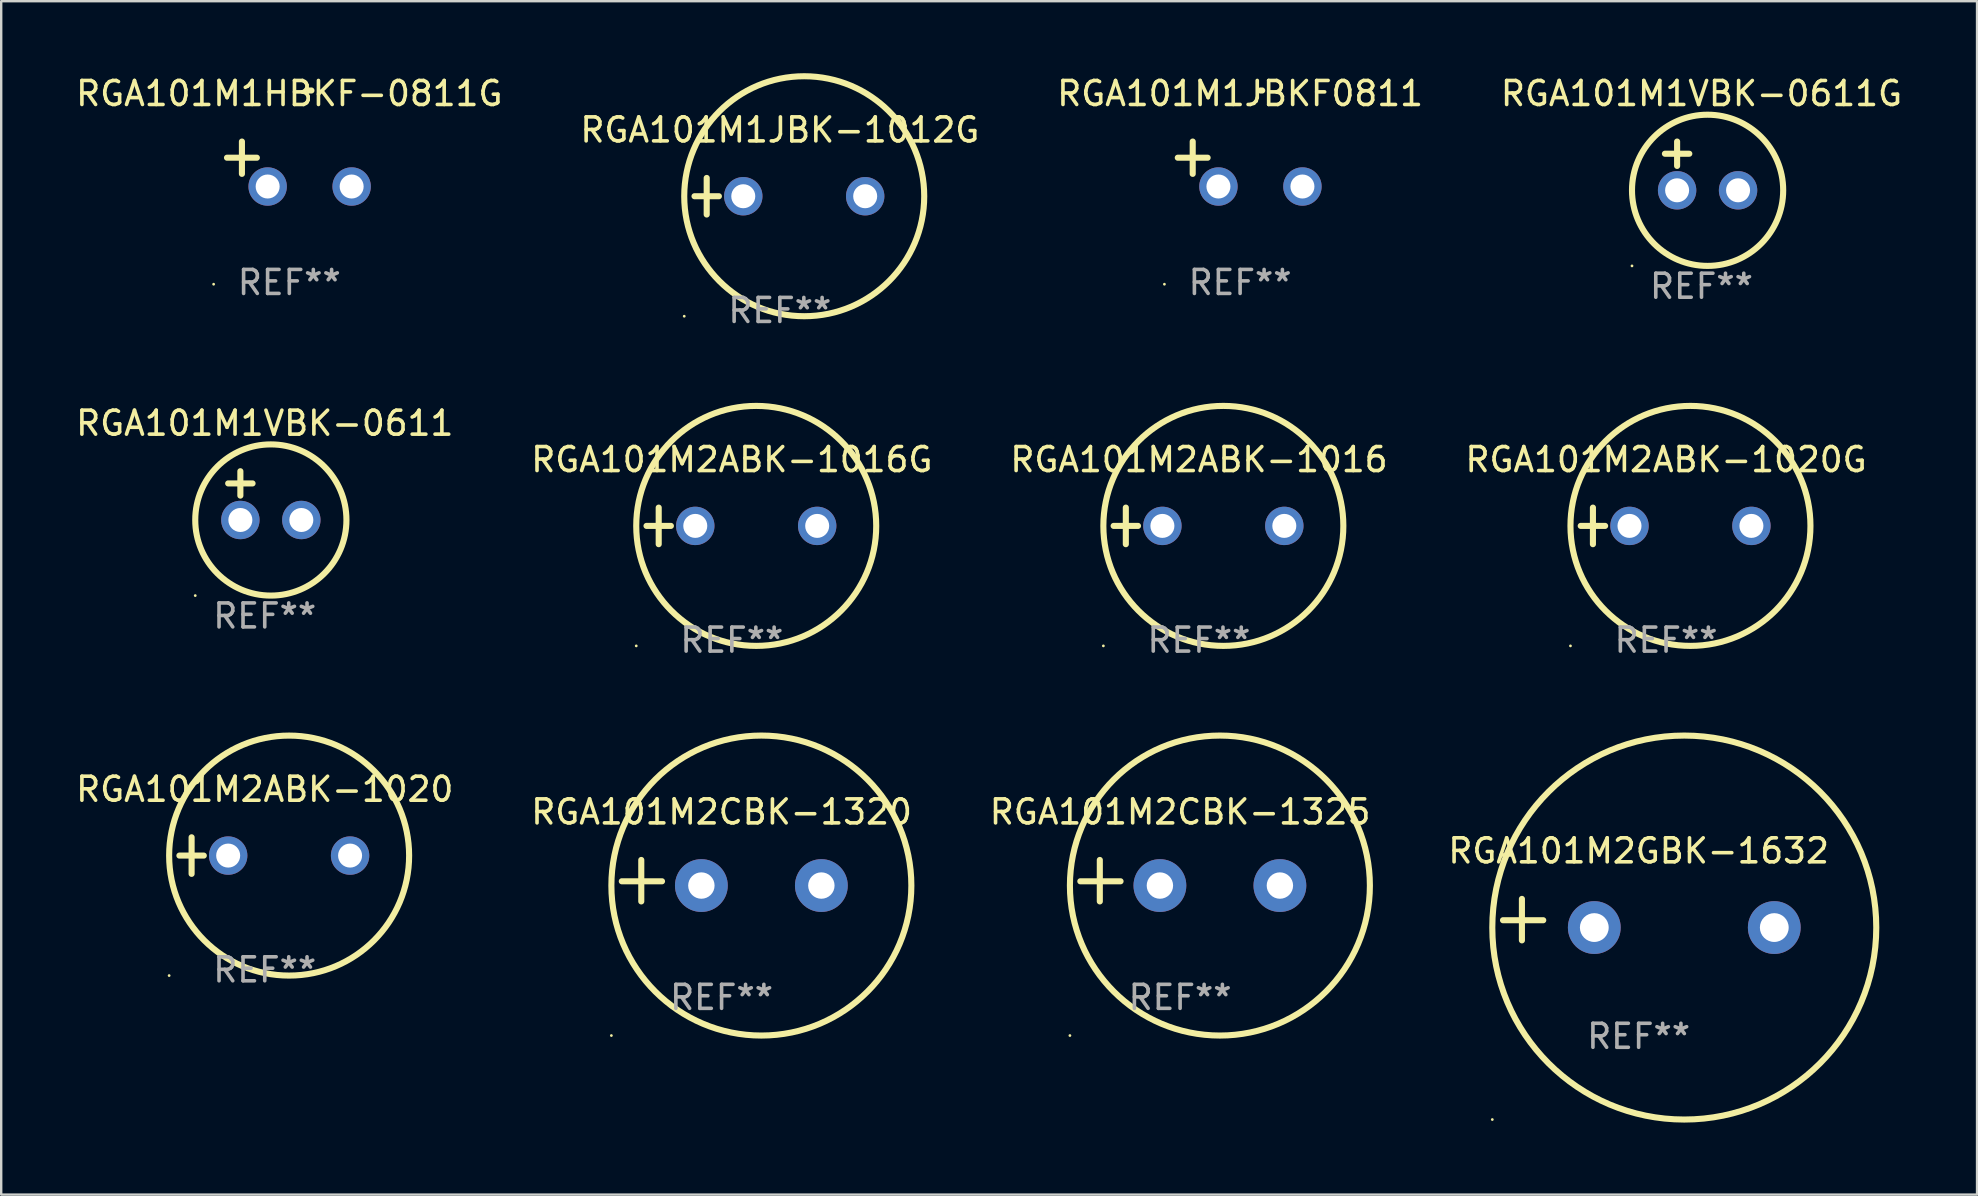
<source format=kicad_pcb>
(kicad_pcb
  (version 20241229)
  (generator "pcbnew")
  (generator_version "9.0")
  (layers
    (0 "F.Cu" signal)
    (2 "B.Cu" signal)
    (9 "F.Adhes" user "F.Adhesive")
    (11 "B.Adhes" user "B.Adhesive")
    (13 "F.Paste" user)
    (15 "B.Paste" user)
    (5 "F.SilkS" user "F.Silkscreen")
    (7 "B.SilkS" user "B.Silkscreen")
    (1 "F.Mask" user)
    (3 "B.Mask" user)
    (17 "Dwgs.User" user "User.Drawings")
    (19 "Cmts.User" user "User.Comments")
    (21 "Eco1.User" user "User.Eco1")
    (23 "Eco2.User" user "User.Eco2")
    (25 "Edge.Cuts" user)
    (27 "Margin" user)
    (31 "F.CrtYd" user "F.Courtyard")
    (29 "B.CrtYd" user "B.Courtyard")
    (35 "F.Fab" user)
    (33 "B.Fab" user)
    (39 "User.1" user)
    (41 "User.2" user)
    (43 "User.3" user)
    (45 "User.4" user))
  (footprint "RGA101M1JBK-1012G"
    (layer "F.Cu")
    (at 29.446 5.127)
    (property "Reference" "RGA101M1JBK-1012G" (at 0 -2.762 0) (layer "F.SilkS") (effects (font (size 1 1) (thickness 0.15))))
    (attr through_hole)
    (fp_line (start -3.556 0) (end -2.54 0) (stroke (width 0.254) (type solid)) (layer "F.SilkS"))
    (fp_line (start -3.048 -0.762) (end -3.048 0.762) (stroke (width 0.254) (type solid)) (layer "F.SilkS"))
    (fp_circle (center -3.984 5) (end -3.954 5) (stroke (width 0.06) (type solid)) (fill no) (layer "F.SilkS"))
    (fp_circle (center 1.016 0) (end 6.016 0) (stroke (width 0.254) (type solid)) (fill no) (layer "F.SilkS"))
    (fp_text user "REF**" (at 0 4.762 0) (layer "F.Fab") (effects (font (size 1 1) (thickness 0.15))))
    (pad "1" thru_hole circle (at -1.524 0) (size 1.6 1.6) (drill 1) (layers "*.Cu" "*.Mask"))
    (pad "2" thru_hole circle (at 3.556 0) (size 1.6 1.6) (drill 1) (layers "*.Cu" "*.Mask")))
  (footprint "RGA101M1VBK-0611"
    (layer "F.Cu")
    (at 7.982 17.602)
    (property "Reference" "RGA101M1VBK-0611" (at 0 -3.016 0) (layer "F.SilkS") (effects (font (size 1 1) (thickness 0.15))))
    (attr through_hole)
    (fp_line (start -1.524 -0.508) (end -0.508 -0.508) (stroke (width 0.254) (type solid)) (layer "F.SilkS"))
    (fp_line (start -1.016 -1.016) (end -1.016 0) (stroke (width 0.254) (type solid)) (layer "F.SilkS"))
    (fp_circle (center -2.896 4.166) (end -2.866 4.166) (stroke (width 0.06) (type solid)) (fill no) (layer "F.SilkS"))
    (fp_circle (center 0.254 1.016) (end 3.404 1.016) (stroke (width 0.254) (type solid)) (fill no) (layer "F.SilkS"))
    (fp_text user "REF**" (at 0 5.016 0) (layer "F.Fab") (effects (font (size 1 1) (thickness 0.15))))
    (pad "1" thru_hole circle (at -1.016 1.016) (size 1.6 1.6) (drill 1) (layers "*.Cu" "*.Mask"))
    (pad "2" thru_hole circle (at 1.524 1.016) (size 1.6 1.6) (drill 1) (layers "*.Cu" "*.Mask")))
  (footprint "RGA101M2CBK-1320"
    (layer "F.Cu")
    (at 27.018 33.648)
    (property "Reference" "RGA101M2CBK-1320" (at 0 -2.864 0) (layer "F.SilkS") (effects (font (size 1 1) (thickness 0.15))))
    (attr through_hole)
    (fp_line (start -3.346 0.864) (end -3.346 -0.864) (stroke (width 0.254) (type solid)) (layer "F.SilkS"))
    (fp_line (start -2.482 0.025) (end -4.158 0.025) (stroke (width 0.254) (type solid)) (layer "F.SilkS"))
    (fp_circle (center -4.592 6.453) (end -4.562 6.453) (stroke (width 0.06) (type solid)) (fill no) (layer "F.SilkS"))
    (fp_circle (center 1.658 0.203) (end 7.908 0.203) (stroke (width 0.254) (type solid)) (fill no) (layer "F.SilkS"))
    (fp_text user "REF**" (at 0 4.864 0) (layer "F.Fab") (effects (font (size 1 1) (thickness 0.15))))
    (pad "1" thru_hole circle (at -0.842 0.203) (size 2.2 2.2) (drill 1.1) (layers "*.Cu" "*.Mask"))
    (pad "2" thru_hole circle (at 4.158 0.203) (size 2.2 2.2) (drill 1.1) (layers "*.Cu" "*.Mask")))
  (footprint "RGA101M2ABK-1016"
    (layer "F.Cu")
    (at 46.911 18.864)
    (property "Reference" "RGA101M2ABK-1016" (at 0 -2.762 0) (layer "F.SilkS") (effects (font (size 1 1) (thickness 0.15))))
    (attr through_hole)
    (fp_line (start -3.556 0) (end -2.54 0) (stroke (width 0.254) (type solid)) (layer "F.SilkS"))
    (fp_line (start -3.048 -0.762) (end -3.048 0.762) (stroke (width 0.254) (type solid)) (layer "F.SilkS"))
    (fp_circle (center -3.984 5) (end -3.954 5) (stroke (width 0.06) (type solid)) (fill no) (layer "F.SilkS"))
    (fp_circle (center 1.016 0) (end 6.016 0) (stroke (width 0.254) (type solid)) (fill no) (layer "F.SilkS"))
    (fp_text user "REF**" (at 0 4.762 0) (layer "F.Fab") (effects (font (size 1 1) (thickness 0.15))))
    (pad "1" thru_hole circle (at -1.524 0) (size 1.6 1.6) (drill 1) (layers "*.Cu" "*.Mask"))
    (pad "2" thru_hole circle (at 3.556 0) (size 1.6 1.6) (drill 1) (layers "*.Cu" "*.Mask")))
  (footprint "RGA101M2GBK-1632"
    (layer "F.Cu")
    (at 65.232 35.271)
    (property "Reference" "RGA101M2GBK-1632" (at 0 -2.864 0) (layer "F.SilkS") (effects (font (size 1 1) (thickness 0.15))))
    (attr through_hole)
    (fp_line (start -4.864 0.864) (end -4.864 -0.864) (stroke (width 0.254) (type solid)) (layer "F.SilkS"))
    (fp_line (start -3.975 0.025) (end -5.652 0.025) (stroke (width 0.254) (type solid)) (layer "F.SilkS"))
    (fp_circle (center -6.098 8.33) (end -6.068 8.33) (stroke (width 0.06) (type solid)) (fill no) (layer "F.SilkS"))
    (fp_circle (center 1.902 0.33) (end 9.902 0.33) (stroke (width 0.254) (type solid)) (fill no) (layer "F.SilkS"))
    (fp_text user "REF**" (at 0 4.864 0) (layer "F.Fab") (effects (font (size 1 1) (thickness 0.15))))
    (pad "1" thru_hole circle (at -1.848 0.33) (size 2.2 2.2) (drill 1.2) (layers "*.Cu" "*.Mask"))
    (pad "2" thru_hole circle (at 5.652 0.33) (size 2.2 2.2) (drill 1.2) (layers "*.Cu" "*.Mask")))
  (footprint "RGA101M1JBKF0811"
    (layer "F.Cu")
    (at 48.625 3.785)
    (property "Reference" "RGA101M1JBKF0811" (at 0 -2.937 0) (layer "F.SilkS") (effects (font (size 1 1) (thickness 0.15))))
    (attr through_hole)
    (fp_line (start -1.975 0.41) (end -1.975 -0.937) (stroke (width 0.254) (type solid)) (layer "F.SilkS"))
    (fp_line (start -1.353 -0.263) (end -2.597 -0.263) (stroke (width 0.254) (type solid)) (layer "F.SilkS"))
    (fp_arc (start 0.849809 -3.063957) (mid 0.885369 -3.064114) (end 0.920929 -3.063957) (stroke (width 0.254001) (type solid)) (layer "F.SilkS"))
    (fp_circle (center -3.154 5.008) (end -3.124 5.008) (stroke (width 0.06) (type solid)) (fill no) (layer "F.SilkS"))
    (fp_text user "REF**" (at 0 4.937 0) (layer "F.Fab") (effects (font (size 1 1) (thickness 0.15))))
    (pad "1" thru_hole circle (at -0.903 0.937) (size 1.6 1.6) (drill 1) (layers "*.Cu" "*.Mask"))
    (pad "2" thru_hole circle (at 2.597 0.937) (size 1.6 1.6) (drill 1) (layers "*.Cu" "*.Mask")))
  (footprint "RGA101M2CBK-1325"
    (layer "F.Cu")
    (at 46.125 33.648)
    (property "Reference" "RGA101M2CBK-1325" (at 0 -2.864 0) (layer "F.SilkS") (effects (font (size 1 1) (thickness 0.15))))
    (attr through_hole)
    (fp_line (start -3.346 0.864) (end -3.346 -0.864) (stroke (width 0.254) (type solid)) (layer "F.SilkS"))
    (fp_line (start -2.482 0.025) (end -4.158 0.025) (stroke (width 0.254) (type solid)) (layer "F.SilkS"))
    (fp_circle (center -4.592 6.453) (end -4.562 6.453) (stroke (width 0.06) (type solid)) (fill no) (layer "F.SilkS"))
    (fp_circle (center 1.658 0.203) (end 7.908 0.203) (stroke (width 0.254) (type solid)) (fill no) (layer "F.SilkS"))
    (fp_text user "REF**" (at 0 4.864 0) (layer "F.Fab") (effects (font (size 1 1) (thickness 0.15))))
    (pad "1" thru_hole circle (at -0.842 0.203) (size 2.2 2.2) (drill 1.1) (layers "*.Cu" "*.Mask"))
    (pad "2" thru_hole circle (at 4.158 0.203) (size 2.2 2.2) (drill 1.1) (layers "*.Cu" "*.Mask")))
  (footprint "RGA101M2ABK-1020"
    (layer "F.Cu")
    (at 7.982 32.602)
    (property "Reference" "RGA101M2ABK-1020" (at 0 -2.762 0) (layer "F.SilkS") (effects (font (size 1 1) (thickness 0.15))))
    (attr through_hole)
    (fp_line (start -3.556 0) (end -2.54 0) (stroke (width 0.254) (type solid)) (layer "F.SilkS"))
    (fp_line (start -3.048 -0.762) (end -3.048 0.762) (stroke (width 0.254) (type solid)) (layer "F.SilkS"))
    (fp_circle (center -3.984 5) (end -3.954 5) (stroke (width 0.06) (type solid)) (fill no) (layer "F.SilkS"))
    (fp_circle (center 1.016 0) (end 6.016 0) (stroke (width 0.254) (type solid)) (fill no) (layer "F.SilkS"))
    (fp_text user "REF**" (at 0 4.762 0) (layer "F.Fab") (effects (font (size 1 1) (thickness 0.15))))
    (pad "1" thru_hole circle (at -1.524 0) (size 1.6 1.6) (drill 1) (layers "*.Cu" "*.Mask"))
    (pad "2" thru_hole circle (at 3.556 0) (size 1.6 1.6) (drill 1) (layers "*.Cu" "*.Mask")))
  (footprint "RGA101M1HBKF-0811G"
    (layer "F.Cu")
    (at 9.006 3.785)
    (property "Reference" "RGA101M1HBKF-0811G" (at 0 -2.937 0) (layer "F.SilkS") (effects (font (size 1 1) (thickness 0.15))))
    (attr through_hole)
    (fp_line (start -1.975 0.41) (end -1.975 -0.937) (stroke (width 0.254) (type solid)) (layer "F.SilkS"))
    (fp_line (start -1.353 -0.263) (end -2.597 -0.263) (stroke (width 0.254) (type solid)) (layer "F.SilkS"))
    (fp_arc (start 0.849809 -3.063957) (mid 0.885369 -3.064114) (end 0.920929 -3.063957) (stroke (width 0.254001) (type solid)) (layer "F.SilkS"))
    (fp_circle (center -3.154 5.008) (end -3.124 5.008) (stroke (width 0.06) (type solid)) (fill no) (layer "F.SilkS"))
    (fp_text user "REF**" (at 0 4.937 0) (layer "F.Fab") (effects (font (size 1 1) (thickness 0.15))))
    (pad "1" thru_hole circle (at -0.903 0.937) (size 1.6 1.6) (drill 1) (layers "*.Cu" "*.Mask"))
    (pad "2" thru_hole circle (at 2.597 0.937) (size 1.6 1.6) (drill 1) (layers "*.Cu" "*.Mask")))
  (footprint "RGA101M2ABK-1020G"
    (layer "F.Cu")
    (at 66.375 18.864)
    (property "Reference" "RGA101M2ABK-1020G" (at 0 -2.762 0) (layer "F.SilkS") (effects (font (size 1 1) (thickness 0.15))))
    (attr through_hole)
    (fp_line (start -3.556 0) (end -2.54 0) (stroke (width 0.254) (type solid)) (layer "F.SilkS"))
    (fp_line (start -3.048 -0.762) (end -3.048 0.762) (stroke (width 0.254) (type solid)) (layer "F.SilkS"))
    (fp_circle (center -3.984 5) (end -3.954 5) (stroke (width 0.06) (type solid)) (fill no) (layer "F.SilkS"))
    (fp_circle (center 1.016 0) (end 6.016 0) (stroke (width 0.254) (type solid)) (fill no) (layer "F.SilkS"))
    (fp_text user "REF**" (at 0 4.762 0) (layer "F.Fab") (effects (font (size 1 1) (thickness 0.15))))
    (pad "1" thru_hole circle (at -1.524 0) (size 1.6 1.6) (drill 1) (layers "*.Cu" "*.Mask"))
    (pad "2" thru_hole circle (at 3.556 0) (size 1.6 1.6) (drill 1) (layers "*.Cu" "*.Mask")))
  (footprint "RGA101M2ABK-1016G"
    (layer "F.Cu")
    (at 27.446 18.864)
    (property "Reference" "RGA101M2ABK-1016G" (at 0 -2.762 0) (layer "F.SilkS") (effects (font (size 1 1) (thickness 0.15))))
    (attr through_hole)
    (fp_line (start -3.556 0) (end -2.54 0) (stroke (width 0.254) (type solid)) (layer "F.SilkS"))
    (fp_line (start -3.048 -0.762) (end -3.048 0.762) (stroke (width 0.254) (type solid)) (layer "F.SilkS"))
    (fp_circle (center -3.984 5) (end -3.954 5) (stroke (width 0.06) (type solid)) (fill no) (layer "F.SilkS"))
    (fp_circle (center 1.016 0) (end 6.016 0) (stroke (width 0.254) (type solid)) (fill no) (layer "F.SilkS"))
    (fp_text user "REF**" (at 0 4.762 0) (layer "F.Fab") (effects (font (size 1 1) (thickness 0.15))))
    (pad "1" thru_hole circle (at -1.524 0) (size 1.6 1.6) (drill 1) (layers "*.Cu" "*.Mask"))
    (pad "2" thru_hole circle (at 3.556 0) (size 1.6 1.6) (drill 1) (layers "*.Cu" "*.Mask")))
  (footprint "RGA101M1VBK-0611G"
    (layer "F.Cu")
    (at 67.851 3.864)
    (property "Reference" "RGA101M1VBK-0611G" (at 0 -3.016 0) (layer "F.SilkS") (effects (font (size 1 1) (thickness 0.15))))
    (attr through_hole)
    (fp_line (start -1.524 -0.508) (end -0.508 -0.508) (stroke (width 0.254) (type solid)) (layer "F.SilkS"))
    (fp_line (start -1.016 -1.016) (end -1.016 0) (stroke (width 0.254) (type solid)) (layer "F.SilkS"))
    (fp_circle (center -2.896 4.166) (end -2.866 4.166) (stroke (width 0.06) (type solid)) (fill no) (layer "F.SilkS"))
    (fp_circle (center 0.254 1.016) (end 3.404 1.016) (stroke (width 0.254) (type solid)) (fill no) (layer "F.SilkS"))
    (fp_text user "REF**" (at 0 5.016 0) (layer "F.Fab") (effects (font (size 1 1) (thickness 0.15))))
    (pad "1" thru_hole circle (at -1.016 1.016) (size 1.6 1.6) (drill 1) (layers "*.Cu" "*.Mask"))
    (pad "2" thru_hole circle (at 1.524 1.016) (size 1.6 1.6) (drill 1) (layers "*.Cu" "*.Mask")))
  (gr_rect
    (start -3 -3)
    (end 79.333 46.729)
    (stroke (width 0.1) (type default))
    (fill no)
    (layer "Edge.Cuts")))
</source>
